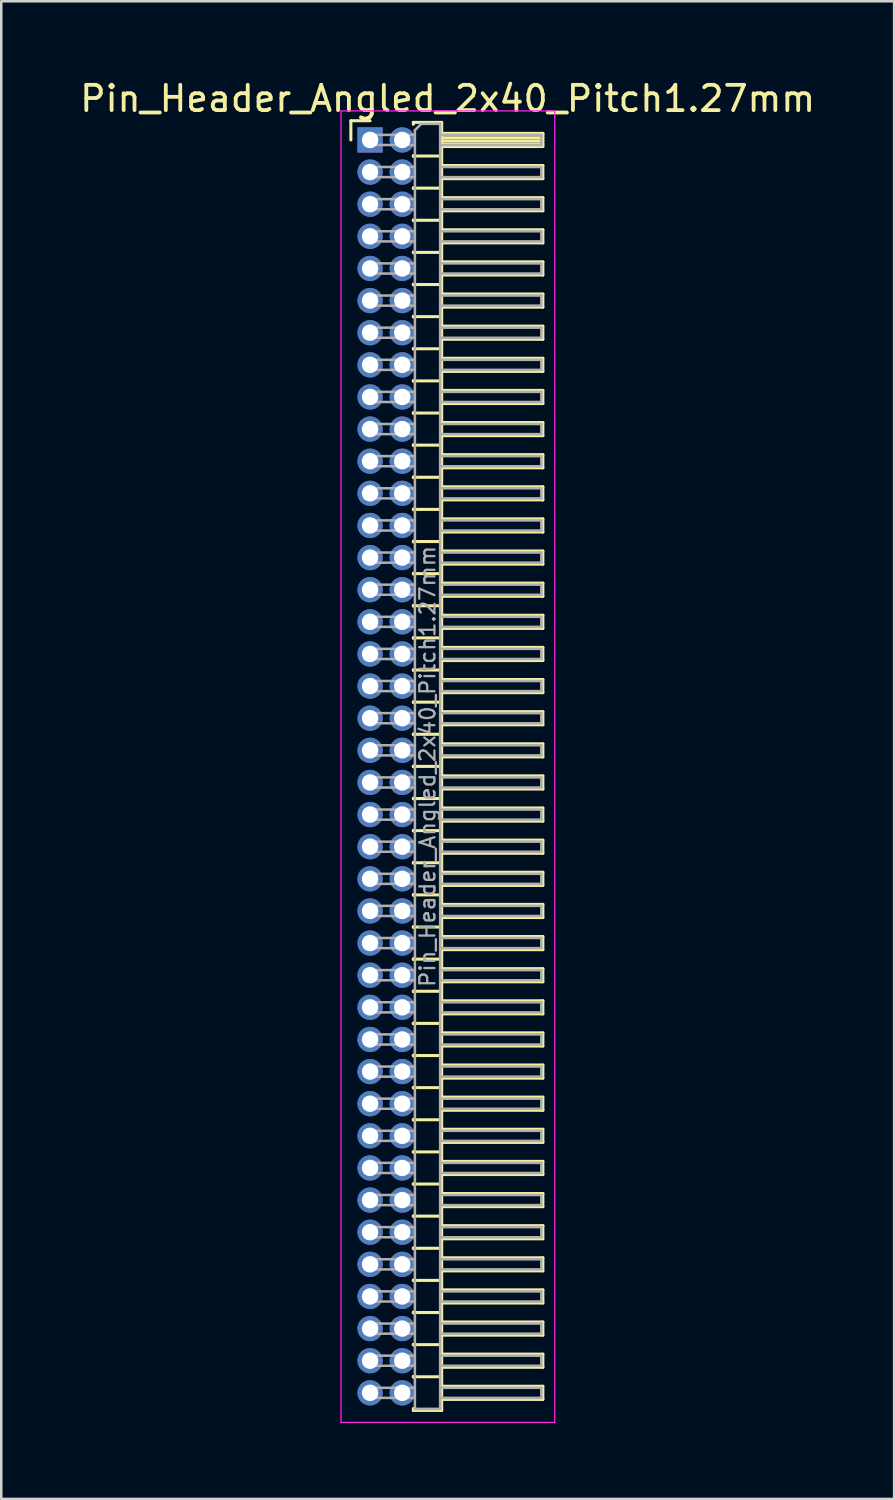
<source format=kicad_pcb>
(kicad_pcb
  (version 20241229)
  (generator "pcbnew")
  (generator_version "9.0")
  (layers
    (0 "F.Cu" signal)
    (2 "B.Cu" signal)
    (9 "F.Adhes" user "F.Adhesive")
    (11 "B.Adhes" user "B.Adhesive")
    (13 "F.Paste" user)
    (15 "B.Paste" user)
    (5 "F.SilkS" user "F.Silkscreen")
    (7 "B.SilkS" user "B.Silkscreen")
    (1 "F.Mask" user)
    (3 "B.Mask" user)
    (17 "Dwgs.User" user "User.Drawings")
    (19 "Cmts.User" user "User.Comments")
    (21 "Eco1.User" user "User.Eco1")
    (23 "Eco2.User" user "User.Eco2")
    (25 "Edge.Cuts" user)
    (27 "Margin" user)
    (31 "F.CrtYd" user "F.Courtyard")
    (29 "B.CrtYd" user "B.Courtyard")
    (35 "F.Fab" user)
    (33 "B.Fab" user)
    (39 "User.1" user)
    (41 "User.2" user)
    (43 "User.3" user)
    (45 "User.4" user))
  (footprint "Pin_Header_Angled_2x40_Pitch1.27mm"
    (layer "F.Cu")
    (at 11.581 2.483)
    (property "Reference" "Pin_Header_Angled_2x40_Pitch1.27mm" (at 3.067 -1.635 0) (layer "F.SilkS") (effects (font (size 1 1) (thickness 0.15))))
    (attr through_hole)
    (fp_line (start -0.76 -0.76) (end 0 -0.76) (stroke (width 0.12) (type solid)) (layer "F.SilkS"))
    (fp_line (start -0.76 0) (end -0.76 -0.76) (stroke (width 0.12) (type solid)) (layer "F.SilkS"))
    (fp_line (start 1.71 -0.695) (end 2.83 -0.695) (stroke (width 0.12) (type solid)) (layer "F.SilkS"))
    (fp_line (start 1.71 -0.62) (end 1.71 -0.695) (stroke (width 0.12) (type solid)) (layer "F.SilkS"))
    (fp_line (start 1.71 0.62) (end 1.71 0.65) (stroke (width 0.12) (type solid)) (layer "F.SilkS"))
    (fp_line (start 1.71 0.635) (end 2.83 0.635) (stroke (width 0.12) (type solid)) (layer "F.SilkS"))
    (fp_line (start 1.71 1.89) (end 1.71 1.92) (stroke (width 0.12) (type solid)) (layer "F.SilkS"))
    (fp_line (start 1.71 1.905) (end 2.83 1.905) (stroke (width 0.12) (type solid)) (layer "F.SilkS"))
    (fp_line (start 1.71 3.16) (end 1.71 3.19) (stroke (width 0.12) (type solid)) (layer "F.SilkS"))
    (fp_line (start 1.71 3.175) (end 2.83 3.175) (stroke (width 0.12) (type solid)) (layer "F.SilkS"))
    (fp_line (start 1.71 4.43) (end 1.71 4.46) (stroke (width 0.12) (type solid)) (layer "F.SilkS"))
    (fp_line (start 1.71 4.445) (end 2.83 4.445) (stroke (width 0.12) (type solid)) (layer "F.SilkS"))
    (fp_line (start 1.71 5.7) (end 1.71 5.73) (stroke (width 0.12) (type solid)) (layer "F.SilkS"))
    (fp_line (start 1.71 5.715) (end 2.83 5.715) (stroke (width 0.12) (type solid)) (layer "F.SilkS"))
    (fp_line (start 1.71 6.97) (end 1.71 7) (stroke (width 0.12) (type solid)) (layer "F.SilkS"))
    (fp_line (start 1.71 6.985) (end 2.83 6.985) (stroke (width 0.12) (type solid)) (layer "F.SilkS"))
    (fp_line (start 1.71 8.24) (end 1.71 8.27) (stroke (width 0.12) (type solid)) (layer "F.SilkS"))
    (fp_line (start 1.71 8.255) (end 2.83 8.255) (stroke (width 0.12) (type solid)) (layer "F.SilkS"))
    (fp_line (start 1.71 9.51) (end 1.71 9.54) (stroke (width 0.12) (type solid)) (layer "F.SilkS"))
    (fp_line (start 1.71 9.525) (end 2.83 9.525) (stroke (width 0.12) (type solid)) (layer "F.SilkS"))
    (fp_line (start 1.71 10.78) (end 1.71 10.81) (stroke (width 0.12) (type solid)) (layer "F.SilkS"))
    (fp_line (start 1.71 10.795) (end 2.83 10.795) (stroke (width 0.12) (type solid)) (layer "F.SilkS"))
    (fp_line (start 1.71 12.05) (end 1.71 12.08) (stroke (width 0.12) (type solid)) (layer "F.SilkS"))
    (fp_line (start 1.71 12.065) (end 2.83 12.065) (stroke (width 0.12) (type solid)) (layer "F.SilkS"))
    (fp_line (start 1.71 13.32) (end 1.71 13.35) (stroke (width 0.12) (type solid)) (layer "F.SilkS"))
    (fp_line (start 1.71 13.335) (end 2.83 13.335) (stroke (width 0.12) (type solid)) (layer "F.SilkS"))
    (fp_line (start 1.71 14.59) (end 1.71 14.62) (stroke (width 0.12) (type solid)) (layer "F.SilkS"))
    (fp_line (start 1.71 14.605) (end 2.83 14.605) (stroke (width 0.12) (type solid)) (layer "F.SilkS"))
    (fp_line (start 1.71 15.86) (end 1.71 15.89) (stroke (width 0.12) (type solid)) (layer "F.SilkS"))
    (fp_line (start 1.71 15.875) (end 2.83 15.875) (stroke (width 0.12) (type solid)) (layer "F.SilkS"))
    (fp_line (start 1.71 17.13) (end 1.71 17.16) (stroke (width 0.12) (type solid)) (layer "F.SilkS"))
    (fp_line (start 1.71 17.145) (end 2.83 17.145) (stroke (width 0.12) (type solid)) (layer "F.SilkS"))
    (fp_line (start 1.71 18.4) (end 1.71 18.43) (stroke (width 0.12) (type solid)) (layer "F.SilkS"))
    (fp_line (start 1.71 18.415) (end 2.83 18.415) (stroke (width 0.12) (type solid)) (layer "F.SilkS"))
    (fp_line (start 1.71 19.67) (end 1.71 19.7) (stroke (width 0.12) (type solid)) (layer "F.SilkS"))
    (fp_line (start 1.71 19.685) (end 2.83 19.685) (stroke (width 0.12) (type solid)) (layer "F.SilkS"))
    (fp_line (start 1.71 20.94) (end 1.71 20.97) (stroke (width 0.12) (type solid)) (layer "F.SilkS"))
    (fp_line (start 1.71 20.955) (end 2.83 20.955) (stroke (width 0.12) (type solid)) (layer "F.SilkS"))
    (fp_line (start 1.71 22.21) (end 1.71 22.24) (stroke (width 0.12) (type solid)) (layer "F.SilkS"))
    (fp_line (start 1.71 22.225) (end 2.83 22.225) (stroke (width 0.12) (type solid)) (layer "F.SilkS"))
    (fp_line (start 1.71 23.48) (end 1.71 23.51) (stroke (width 0.12) (type solid)) (layer "F.SilkS"))
    (fp_line (start 1.71 23.495) (end 2.83 23.495) (stroke (width 0.12) (type solid)) (layer "F.SilkS"))
    (fp_line (start 1.71 24.75) (end 1.71 24.78) (stroke (width 0.12) (type solid)) (layer "F.SilkS"))
    (fp_line (start 1.71 24.765) (end 2.83 24.765) (stroke (width 0.12) (type solid)) (layer "F.SilkS"))
    (fp_line (start 1.71 26.02) (end 1.71 26.05) (stroke (width 0.12) (type solid)) (layer "F.SilkS"))
    (fp_line (start 1.71 26.035) (end 2.83 26.035) (stroke (width 0.12) (type solid)) (layer "F.SilkS"))
    (fp_line (start 1.71 27.29) (end 1.71 27.32) (stroke (width 0.12) (type solid)) (layer "F.SilkS"))
    (fp_line (start 1.71 27.305) (end 2.83 27.305) (stroke (width 0.12) (type solid)) (layer "F.SilkS"))
    (fp_line (start 1.71 28.56) (end 1.71 28.59) (stroke (width 0.12) (type solid)) (layer "F.SilkS"))
    (fp_line (start 1.71 28.575) (end 2.83 28.575) (stroke (width 0.12) (type solid)) (layer "F.SilkS"))
    (fp_line (start 1.71 29.83) (end 1.71 29.86) (stroke (width 0.12) (type solid)) (layer "F.SilkS"))
    (fp_line (start 1.71 29.845) (end 2.83 29.845) (stroke (width 0.12) (type solid)) (layer "F.SilkS"))
    (fp_line (start 1.71 31.1) (end 1.71 31.13) (stroke (width 0.12) (type solid)) (layer "F.SilkS"))
    (fp_line (start 1.71 31.115) (end 2.83 31.115) (stroke (width 0.12) (type solid)) (layer "F.SilkS"))
    (fp_line (start 1.71 32.37) (end 1.71 32.4) (stroke (width 0.12) (type solid)) (layer "F.SilkS"))
    (fp_line (start 1.71 32.385) (end 2.83 32.385) (stroke (width 0.12) (type solid)) (layer "F.SilkS"))
    (fp_line (start 1.71 33.64) (end 1.71 33.67) (stroke (width 0.12) (type solid)) (layer "F.SilkS"))
    (fp_line (start 1.71 33.655) (end 2.83 33.655) (stroke (width 0.12) (type solid)) (layer "F.SilkS"))
    (fp_line (start 1.71 34.91) (end 1.71 34.94) (stroke (width 0.12) (type solid)) (layer "F.SilkS"))
    (fp_line (start 1.71 34.925) (end 2.83 34.925) (stroke (width 0.12) (type solid)) (layer "F.SilkS"))
    (fp_line (start 1.71 36.18) (end 1.71 36.21) (stroke (width 0.12) (type solid)) (layer "F.SilkS"))
    (fp_line (start 1.71 36.195) (end 2.83 36.195) (stroke (width 0.12) (type solid)) (layer "F.SilkS"))
    (fp_line (start 1.71 37.45) (end 1.71 37.48) (stroke (width 0.12) (type solid)) (layer "F.SilkS"))
    (fp_line (start 1.71 37.465) (end 2.83 37.465) (stroke (width 0.12) (type solid)) (layer "F.SilkS"))
    (fp_line (start 1.71 38.72) (end 1.71 38.75) (stroke (width 0.12) (type solid)) (layer "F.SilkS"))
    (fp_line (start 1.71 38.735) (end 2.83 38.735) (stroke (width 0.12) (type solid)) (layer "F.SilkS"))
    (fp_line (start 1.71 39.99) (end 1.71 40.02) (stroke (width 0.12) (type solid)) (layer "F.SilkS"))
    (fp_line (start 1.71 40.005) (end 2.83 40.005) (stroke (width 0.12) (type solid)) (layer "F.SilkS"))
    (fp_line (start 1.71 41.26) (end 1.71 41.29) (stroke (width 0.12) (type solid)) (layer "F.SilkS"))
    (fp_line (start 1.71 41.275) (end 2.83 41.275) (stroke (width 0.12) (type solid)) (layer "F.SilkS"))
    (fp_line (start 1.71 42.53) (end 1.71 42.56) (stroke (width 0.12) (type solid)) (layer "F.SilkS"))
    (fp_line (start 1.71 42.545) (end 2.83 42.545) (stroke (width 0.12) (type solid)) (layer "F.SilkS"))
    (fp_line (start 1.71 43.8) (end 1.71 43.83) (stroke (width 0.12) (type solid)) (layer "F.SilkS"))
    (fp_line (start 1.71 43.815) (end 2.83 43.815) (stroke (width 0.12) (type solid)) (layer "F.SilkS"))
    (fp_line (start 1.71 45.07) (end 1.71 45.1) (stroke (width 0.12) (type solid)) (layer "F.SilkS"))
    (fp_line (start 1.71 45.085) (end 2.83 45.085) (stroke (width 0.12) (type solid)) (layer "F.SilkS"))
    (fp_line (start 1.71 46.34) (end 1.71 46.37) (stroke (width 0.12) (type solid)) (layer "F.SilkS"))
    (fp_line (start 1.71 46.355) (end 2.83 46.355) (stroke (width 0.12) (type solid)) (layer "F.SilkS"))
    (fp_line (start 1.71 47.61) (end 1.71 47.64) (stroke (width 0.12) (type solid)) (layer "F.SilkS"))
    (fp_line (start 1.71 47.625) (end 2.83 47.625) (stroke (width 0.12) (type solid)) (layer "F.SilkS"))
    (fp_line (start 1.71 48.88) (end 1.71 48.91) (stroke (width 0.12) (type solid)) (layer "F.SilkS"))
    (fp_line (start 1.71 48.895) (end 2.83 48.895) (stroke (width 0.12) (type solid)) (layer "F.SilkS"))
    (fp_line (start 1.71 50.225) (end 1.71 50.15) (stroke (width 0.12) (type solid)) (layer "F.SilkS"))
    (fp_line (start 2.83 -0.695) (end 2.83 50.225) (stroke (width 0.12) (type solid)) (layer "F.SilkS"))
    (fp_line (start 2.83 -0.26) (end 6.83 -0.26) (stroke (width 0.12) (type solid)) (layer "F.SilkS"))
    (fp_line (start 2.83 -0.2) (end 6.83 -0.2) (stroke (width 0.12) (type solid)) (layer "F.SilkS"))
    (fp_line (start 2.83 -0.08) (end 6.83 -0.08) (stroke (width 0.12) (type solid)) (layer "F.SilkS"))
    (fp_line (start 2.83 0.04) (end 6.83 0.04) (stroke (width 0.12) (type solid)) (layer "F.SilkS"))
    (fp_line (start 2.83 0.16) (end 6.83 0.16) (stroke (width 0.12) (type solid)) (layer "F.SilkS"))
    (fp_line (start 2.83 1.01) (end 6.83 1.01) (stroke (width 0.12) (type solid)) (layer "F.SilkS"))
    (fp_line (start 2.83 2.28) (end 6.83 2.28) (stroke (width 0.12) (type solid)) (layer "F.SilkS"))
    (fp_line (start 2.83 3.55) (end 6.83 3.55) (stroke (width 0.12) (type solid)) (layer "F.SilkS"))
    (fp_line (start 2.83 4.82) (end 6.83 4.82) (stroke (width 0.12) (type solid)) (layer "F.SilkS"))
    (fp_line (start 2.83 6.09) (end 6.83 6.09) (stroke (width 0.12) (type solid)) (layer "F.SilkS"))
    (fp_line (start 2.83 7.36) (end 6.83 7.36) (stroke (width 0.12) (type solid)) (layer "F.SilkS"))
    (fp_line (start 2.83 8.63) (end 6.83 8.63) (stroke (width 0.12) (type solid)) (layer "F.SilkS"))
    (fp_line (start 2.83 9.9) (end 6.83 9.9) (stroke (width 0.12) (type solid)) (layer "F.SilkS"))
    (fp_line (start 2.83 11.17) (end 6.83 11.17) (stroke (width 0.12) (type solid)) (layer "F.SilkS"))
    (fp_line (start 2.83 12.44) (end 6.83 12.44) (stroke (width 0.12) (type solid)) (layer "F.SilkS"))
    (fp_line (start 2.83 13.71) (end 6.83 13.71) (stroke (width 0.12) (type solid)) (layer "F.SilkS"))
    (fp_line (start 2.83 14.98) (end 6.83 14.98) (stroke (width 0.12) (type solid)) (layer "F.SilkS"))
    (fp_line (start 2.83 16.25) (end 6.83 16.25) (stroke (width 0.12) (type solid)) (layer "F.SilkS"))
    (fp_line (start 2.83 17.52) (end 6.83 17.52) (stroke (width 0.12) (type solid)) (layer "F.SilkS"))
    (fp_line (start 2.83 18.79) (end 6.83 18.79) (stroke (width 0.12) (type solid)) (layer "F.SilkS"))
    (fp_line (start 2.83 20.06) (end 6.83 20.06) (stroke (width 0.12) (type solid)) (layer "F.SilkS"))
    (fp_line (start 2.83 21.33) (end 6.83 21.33) (stroke (width 0.12) (type solid)) (layer "F.SilkS"))
    (fp_line (start 2.83 22.6) (end 6.83 22.6) (stroke (width 0.12) (type solid)) (layer "F.SilkS"))
    (fp_line (start 2.83 23.87) (end 6.83 23.87) (stroke (width 0.12) (type solid)) (layer "F.SilkS"))
    (fp_line (start 2.83 25.14) (end 6.83 25.14) (stroke (width 0.12) (type solid)) (layer "F.SilkS"))
    (fp_line (start 2.83 26.41) (end 6.83 26.41) (stroke (width 0.12) (type solid)) (layer "F.SilkS"))
    (fp_line (start 2.83 27.68) (end 6.83 27.68) (stroke (width 0.12) (type solid)) (layer "F.SilkS"))
    (fp_line (start 2.83 28.95) (end 6.83 28.95) (stroke (width 0.12) (type solid)) (layer "F.SilkS"))
    (fp_line (start 2.83 30.22) (end 6.83 30.22) (stroke (width 0.12) (type solid)) (layer "F.SilkS"))
    (fp_line (start 2.83 31.49) (end 6.83 31.49) (stroke (width 0.12) (type solid)) (layer "F.SilkS"))
    (fp_line (start 2.83 32.76) (end 6.83 32.76) (stroke (width 0.12) (type solid)) (layer "F.SilkS"))
    (fp_line (start 2.83 34.03) (end 6.83 34.03) (stroke (width 0.12) (type solid)) (layer "F.SilkS"))
    (fp_line (start 2.83 35.3) (end 6.83 35.3) (stroke (width 0.12) (type solid)) (layer "F.SilkS"))
    (fp_line (start 2.83 36.57) (end 6.83 36.57) (stroke (width 0.12) (type solid)) (layer "F.SilkS"))
    (fp_line (start 2.83 37.84) (end 6.83 37.84) (stroke (width 0.12) (type solid)) (layer "F.SilkS"))
    (fp_line (start 2.83 39.11) (end 6.83 39.11) (stroke (width 0.12) (type solid)) (layer "F.SilkS"))
    (fp_line (start 2.83 40.38) (end 6.83 40.38) (stroke (width 0.12) (type solid)) (layer "F.SilkS"))
    (fp_line (start 2.83 41.65) (end 6.83 41.65) (stroke (width 0.12) (type solid)) (layer "F.SilkS"))
    (fp_line (start 2.83 42.92) (end 6.83 42.92) (stroke (width 0.12) (type solid)) (layer "F.SilkS"))
    (fp_line (start 2.83 44.19) (end 6.83 44.19) (stroke (width 0.12) (type solid)) (layer "F.SilkS"))
    (fp_line (start 2.83 45.46) (end 6.83 45.46) (stroke (width 0.12) (type solid)) (layer "F.SilkS"))
    (fp_line (start 2.83 46.73) (end 6.83 46.73) (stroke (width 0.12) (type solid)) (layer "F.SilkS"))
    (fp_line (start 2.83 48) (end 6.83 48) (stroke (width 0.12) (type solid)) (layer "F.SilkS"))
    (fp_line (start 2.83 49.27) (end 6.83 49.27) (stroke (width 0.12) (type solid)) (layer "F.SilkS"))
    (fp_line (start 2.83 50.225) (end 1.71 50.225) (stroke (width 0.12) (type solid)) (layer "F.SilkS"))
    (fp_line (start 6.83 -0.26) (end 6.83 0.26) (stroke (width 0.12) (type solid)) (layer "F.SilkS"))
    (fp_line (start 6.83 0.26) (end 2.83 0.26) (stroke (width 0.12) (type solid)) (layer "F.SilkS"))
    (fp_line (start 6.83 1.01) (end 6.83 1.53) (stroke (width 0.12) (type solid)) (layer "F.SilkS"))
    (fp_line (start 6.83 1.53) (end 2.83 1.53) (stroke (width 0.12) (type solid)) (layer "F.SilkS"))
    (fp_line (start 6.83 2.28) (end 6.83 2.8) (stroke (width 0.12) (type solid)) (layer "F.SilkS"))
    (fp_line (start 6.83 2.8) (end 2.83 2.8) (stroke (width 0.12) (type solid)) (layer "F.SilkS"))
    (fp_line (start 6.83 3.55) (end 6.83 4.07) (stroke (width 0.12) (type solid)) (layer "F.SilkS"))
    (fp_line (start 6.83 4.07) (end 2.83 4.07) (stroke (width 0.12) (type solid)) (layer "F.SilkS"))
    (fp_line (start 6.83 4.82) (end 6.83 5.34) (stroke (width 0.12) (type solid)) (layer "F.SilkS"))
    (fp_line (start 6.83 5.34) (end 2.83 5.34) (stroke (width 0.12) (type solid)) (layer "F.SilkS"))
    (fp_line (start 6.83 6.09) (end 6.83 6.61) (stroke (width 0.12) (type solid)) (layer "F.SilkS"))
    (fp_line (start 6.83 6.61) (end 2.83 6.61) (stroke (width 0.12) (type solid)) (layer "F.SilkS"))
    (fp_line (start 6.83 7.36) (end 6.83 7.88) (stroke (width 0.12) (type solid)) (layer "F.SilkS"))
    (fp_line (start 6.83 7.88) (end 2.83 7.88) (stroke (width 0.12) (type solid)) (layer "F.SilkS"))
    (fp_line (start 6.83 8.63) (end 6.83 9.15) (stroke (width 0.12) (type solid)) (layer "F.SilkS"))
    (fp_line (start 6.83 9.15) (end 2.83 9.15) (stroke (width 0.12) (type solid)) (layer "F.SilkS"))
    (fp_line (start 6.83 9.9) (end 6.83 10.42) (stroke (width 0.12) (type solid)) (layer "F.SilkS"))
    (fp_line (start 6.83 10.42) (end 2.83 10.42) (stroke (width 0.12) (type solid)) (layer "F.SilkS"))
    (fp_line (start 6.83 11.17) (end 6.83 11.69) (stroke (width 0.12) (type solid)) (layer "F.SilkS"))
    (fp_line (start 6.83 11.69) (end 2.83 11.69) (stroke (width 0.12) (type solid)) (layer "F.SilkS"))
    (fp_line (start 6.83 12.44) (end 6.83 12.96) (stroke (width 0.12) (type solid)) (layer "F.SilkS"))
    (fp_line (start 6.83 12.96) (end 2.83 12.96) (stroke (width 0.12) (type solid)) (layer "F.SilkS"))
    (fp_line (start 6.83 13.71) (end 6.83 14.23) (stroke (width 0.12) (type solid)) (layer "F.SilkS"))
    (fp_line (start 6.83 14.23) (end 2.83 14.23) (stroke (width 0.12) (type solid)) (layer "F.SilkS"))
    (fp_line (start 6.83 14.98) (end 6.83 15.5) (stroke (width 0.12) (type solid)) (layer "F.SilkS"))
    (fp_line (start 6.83 15.5) (end 2.83 15.5) (stroke (width 0.12) (type solid)) (layer "F.SilkS"))
    (fp_line (start 6.83 16.25) (end 6.83 16.77) (stroke (width 0.12) (type solid)) (layer "F.SilkS"))
    (fp_line (start 6.83 16.77) (end 2.83 16.77) (stroke (width 0.12) (type solid)) (layer "F.SilkS"))
    (fp_line (start 6.83 17.52) (end 6.83 18.04) (stroke (width 0.12) (type solid)) (layer "F.SilkS"))
    (fp_line (start 6.83 18.04) (end 2.83 18.04) (stroke (width 0.12) (type solid)) (layer "F.SilkS"))
    (fp_line (start 6.83 18.79) (end 6.83 19.31) (stroke (width 0.12) (type solid)) (layer "F.SilkS"))
    (fp_line (start 6.83 19.31) (end 2.83 19.31) (stroke (width 0.12) (type solid)) (layer "F.SilkS"))
    (fp_line (start 6.83 20.06) (end 6.83 20.58) (stroke (width 0.12) (type solid)) (layer "F.SilkS"))
    (fp_line (start 6.83 20.58) (end 2.83 20.58) (stroke (width 0.12) (type solid)) (layer "F.SilkS"))
    (fp_line (start 6.83 21.33) (end 6.83 21.85) (stroke (width 0.12) (type solid)) (layer "F.SilkS"))
    (fp_line (start 6.83 21.85) (end 2.83 21.85) (stroke (width 0.12) (type solid)) (layer "F.SilkS"))
    (fp_line (start 6.83 22.6) (end 6.83 23.12) (stroke (width 0.12) (type solid)) (layer "F.SilkS"))
    (fp_line (start 6.83 23.12) (end 2.83 23.12) (stroke (width 0.12) (type solid)) (layer "F.SilkS"))
    (fp_line (start 6.83 23.87) (end 6.83 24.39) (stroke (width 0.12) (type solid)) (layer "F.SilkS"))
    (fp_line (start 6.83 24.39) (end 2.83 24.39) (stroke (width 0.12) (type solid)) (layer "F.SilkS"))
    (fp_line (start 6.83 25.14) (end 6.83 25.66) (stroke (width 0.12) (type solid)) (layer "F.SilkS"))
    (fp_line (start 6.83 25.66) (end 2.83 25.66) (stroke (width 0.12) (type solid)) (layer "F.SilkS"))
    (fp_line (start 6.83 26.41) (end 6.83 26.93) (stroke (width 0.12) (type solid)) (layer "F.SilkS"))
    (fp_line (start 6.83 26.93) (end 2.83 26.93) (stroke (width 0.12) (type solid)) (layer "F.SilkS"))
    (fp_line (start 6.83 27.68) (end 6.83 28.2) (stroke (width 0.12) (type solid)) (layer "F.SilkS"))
    (fp_line (start 6.83 28.2) (end 2.83 28.2) (stroke (width 0.12) (type solid)) (layer "F.SilkS"))
    (fp_line (start 6.83 28.95) (end 6.83 29.47) (stroke (width 0.12) (type solid)) (layer "F.SilkS"))
    (fp_line (start 6.83 29.47) (end 2.83 29.47) (stroke (width 0.12) (type solid)) (layer "F.SilkS"))
    (fp_line (start 6.83 30.22) (end 6.83 30.74) (stroke (width 0.12) (type solid)) (layer "F.SilkS"))
    (fp_line (start 6.83 30.74) (end 2.83 30.74) (stroke (width 0.12) (type solid)) (layer "F.SilkS"))
    (fp_line (start 6.83 31.49) (end 6.83 32.01) (stroke (width 0.12) (type solid)) (layer "F.SilkS"))
    (fp_line (start 6.83 32.01) (end 2.83 32.01) (stroke (width 0.12) (type solid)) (layer "F.SilkS"))
    (fp_line (start 6.83 32.76) (end 6.83 33.28) (stroke (width 0.12) (type solid)) (layer "F.SilkS"))
    (fp_line (start 6.83 33.28) (end 2.83 33.28) (stroke (width 0.12) (type solid)) (layer "F.SilkS"))
    (fp_line (start 6.83 34.03) (end 6.83 34.55) (stroke (width 0.12) (type solid)) (layer "F.SilkS"))
    (fp_line (start 6.83 34.55) (end 2.83 34.55) (stroke (width 0.12) (type solid)) (layer "F.SilkS"))
    (fp_line (start 6.83 35.3) (end 6.83 35.82) (stroke (width 0.12) (type solid)) (layer "F.SilkS"))
    (fp_line (start 6.83 35.82) (end 2.83 35.82) (stroke (width 0.12) (type solid)) (layer "F.SilkS"))
    (fp_line (start 6.83 36.57) (end 6.83 37.09) (stroke (width 0.12) (type solid)) (layer "F.SilkS"))
    (fp_line (start 6.83 37.09) (end 2.83 37.09) (stroke (width 0.12) (type solid)) (layer "F.SilkS"))
    (fp_line (start 6.83 37.84) (end 6.83 38.36) (stroke (width 0.12) (type solid)) (layer "F.SilkS"))
    (fp_line (start 6.83 38.36) (end 2.83 38.36) (stroke (width 0.12) (type solid)) (layer "F.SilkS"))
    (fp_line (start 6.83 39.11) (end 6.83 39.63) (stroke (width 0.12) (type solid)) (layer "F.SilkS"))
    (fp_line (start 6.83 39.63) (end 2.83 39.63) (stroke (width 0.12) (type solid)) (layer "F.SilkS"))
    (fp_line (start 6.83 40.38) (end 6.83 40.9) (stroke (width 0.12) (type solid)) (layer "F.SilkS"))
    (fp_line (start 6.83 40.9) (end 2.83 40.9) (stroke (width 0.12) (type solid)) (layer "F.SilkS"))
    (fp_line (start 6.83 41.65) (end 6.83 42.17) (stroke (width 0.12) (type solid)) (layer "F.SilkS"))
    (fp_line (start 6.83 42.17) (end 2.83 42.17) (stroke (width 0.12) (type solid)) (layer "F.SilkS"))
    (fp_line (start 6.83 42.92) (end 6.83 43.44) (stroke (width 0.12) (type solid)) (layer "F.SilkS"))
    (fp_line (start 6.83 43.44) (end 2.83 43.44) (stroke (width 0.12) (type solid)) (layer "F.SilkS"))
    (fp_line (start 6.83 44.19) (end 6.83 44.71) (stroke (width 0.12) (type solid)) (layer "F.SilkS"))
    (fp_line (start 6.83 44.71) (end 2.83 44.71) (stroke (width 0.12) (type solid)) (layer "F.SilkS"))
    (fp_line (start 6.83 45.46) (end 6.83 45.98) (stroke (width 0.12) (type solid)) (layer "F.SilkS"))
    (fp_line (start 6.83 45.98) (end 2.83 45.98) (stroke (width 0.12) (type solid)) (layer "F.SilkS"))
    (fp_line (start 6.83 46.73) (end 6.83 47.25) (stroke (width 0.12) (type solid)) (layer "F.SilkS"))
    (fp_line (start 6.83 47.25) (end 2.83 47.25) (stroke (width 0.12) (type solid)) (layer "F.SilkS"))
    (fp_line (start 6.83 48) (end 6.83 48.52) (stroke (width 0.12) (type solid)) (layer "F.SilkS"))
    (fp_line (start 6.83 48.52) (end 2.83 48.52) (stroke (width 0.12) (type solid)) (layer "F.SilkS"))
    (fp_line (start 6.83 49.27) (end 6.83 49.79) (stroke (width 0.12) (type solid)) (layer "F.SilkS"))
    (fp_line (start 6.83 49.79) (end 2.83 49.79) (stroke (width 0.12) (type solid)) (layer "F.SilkS"))
    (fp_line (start -1.15 -1.15) (end -1.15 50.7) (stroke (width 0.05) (type solid)) (layer "F.CrtYd"))
    (fp_line (start -1.15 50.7) (end 7.3 50.7) (stroke (width 0.05) (type solid)) (layer "F.CrtYd"))
    (fp_line (start 7.3 -1.15) (end -1.15 -1.15) (stroke (width 0.05) (type solid)) (layer "F.CrtYd"))
    (fp_line (start 7.3 50.7) (end 7.3 -1.15) (stroke (width 0.05) (type solid)) (layer "F.CrtYd"))
    (fp_line (start -0.2 -0.2) (end -0.2 0.2) (stroke (width 0.1) (type solid)) (layer "F.Fab"))
    (fp_line (start -0.2 -0.2) (end 1.77 -0.2) (stroke (width 0.1) (type solid)) (layer "F.Fab"))
    (fp_line (start -0.2 0.2) (end 1.77 0.2) (stroke (width 0.1) (type solid)) (layer "F.Fab"))
    (fp_line (start -0.2 1.07) (end -0.2 1.47) (stroke (width 0.1) (type solid)) (layer "F.Fab"))
    (fp_line (start -0.2 1.07) (end 1.77 1.07) (stroke (width 0.1) (type solid)) (layer "F.Fab"))
    (fp_line (start -0.2 1.47) (end 1.77 1.47) (stroke (width 0.1) (type solid)) (layer "F.Fab"))
    (fp_line (start -0.2 2.34) (end -0.2 2.74) (stroke (width 0.1) (type solid)) (layer "F.Fab"))
    (fp_line (start -0.2 2.34) (end 1.77 2.34) (stroke (width 0.1) (type solid)) (layer "F.Fab"))
    (fp_line (start -0.2 2.74) (end 1.77 2.74) (stroke (width 0.1) (type solid)) (layer "F.Fab"))
    (fp_line (start -0.2 3.61) (end -0.2 4.01) (stroke (width 0.1) (type solid)) (layer "F.Fab"))
    (fp_line (start -0.2 3.61) (end 1.77 3.61) (stroke (width 0.1) (type solid)) (layer "F.Fab"))
    (fp_line (start -0.2 4.01) (end 1.77 4.01) (stroke (width 0.1) (type solid)) (layer "F.Fab"))
    (fp_line (start -0.2 4.88) (end -0.2 5.28) (stroke (width 0.1) (type solid)) (layer "F.Fab"))
    (fp_line (start -0.2 4.88) (end 1.77 4.88) (stroke (width 0.1) (type solid)) (layer "F.Fab"))
    (fp_line (start -0.2 5.28) (end 1.77 5.28) (stroke (width 0.1) (type solid)) (layer "F.Fab"))
    (fp_line (start -0.2 6.15) (end -0.2 6.55) (stroke (width 0.1) (type solid)) (layer "F.Fab"))
    (fp_line (start -0.2 6.15) (end 1.77 6.15) (stroke (width 0.1) (type solid)) (layer "F.Fab"))
    (fp_line (start -0.2 6.55) (end 1.77 6.55) (stroke (width 0.1) (type solid)) (layer "F.Fab"))
    (fp_line (start -0.2 7.42) (end -0.2 7.82) (stroke (width 0.1) (type solid)) (layer "F.Fab"))
    (fp_line (start -0.2 7.42) (end 1.77 7.42) (stroke (width 0.1) (type solid)) (layer "F.Fab"))
    (fp_line (start -0.2 7.82) (end 1.77 7.82) (stroke (width 0.1) (type solid)) (layer "F.Fab"))
    (fp_line (start -0.2 8.69) (end -0.2 9.09) (stroke (width 0.1) (type solid)) (layer "F.Fab"))
    (fp_line (start -0.2 8.69) (end 1.77 8.69) (stroke (width 0.1) (type solid)) (layer "F.Fab"))
    (fp_line (start -0.2 9.09) (end 1.77 9.09) (stroke (width 0.1) (type solid)) (layer "F.Fab"))
    (fp_line (start -0.2 9.96) (end -0.2 10.36) (stroke (width 0.1) (type solid)) (layer "F.Fab"))
    (fp_line (start -0.2 9.96) (end 1.77 9.96) (stroke (width 0.1) (type solid)) (layer "F.Fab"))
    (fp_line (start -0.2 10.36) (end 1.77 10.36) (stroke (width 0.1) (type solid)) (layer "F.Fab"))
    (fp_line (start -0.2 11.23) (end -0.2 11.63) (stroke (width 0.1) (type solid)) (layer "F.Fab"))
    (fp_line (start -0.2 11.23) (end 1.77 11.23) (stroke (width 0.1) (type solid)) (layer "F.Fab"))
    (fp_line (start -0.2 11.63) (end 1.77 11.63) (stroke (width 0.1) (type solid)) (layer "F.Fab"))
    (fp_line (start -0.2 12.5) (end -0.2 12.9) (stroke (width 0.1) (type solid)) (layer "F.Fab"))
    (fp_line (start -0.2 12.5) (end 1.77 12.5) (stroke (width 0.1) (type solid)) (layer "F.Fab"))
    (fp_line (start -0.2 12.9) (end 1.77 12.9) (stroke (width 0.1) (type solid)) (layer "F.Fab"))
    (fp_line (start -0.2 13.77) (end -0.2 14.17) (stroke (width 0.1) (type solid)) (layer "F.Fab"))
    (fp_line (start -0.2 13.77) (end 1.77 13.77) (stroke (width 0.1) (type solid)) (layer "F.Fab"))
    (fp_line (start -0.2 14.17) (end 1.77 14.17) (stroke (width 0.1) (type solid)) (layer "F.Fab"))
    (fp_line (start -0.2 15.04) (end -0.2 15.44) (stroke (width 0.1) (type solid)) (layer "F.Fab"))
    (fp_line (start -0.2 15.04) (end 1.77 15.04) (stroke (width 0.1) (type solid)) (layer "F.Fab"))
    (fp_line (start -0.2 15.44) (end 1.77 15.44) (stroke (width 0.1) (type solid)) (layer "F.Fab"))
    (fp_line (start -0.2 16.31) (end -0.2 16.71) (stroke (width 0.1) (type solid)) (layer "F.Fab"))
    (fp_line (start -0.2 16.31) (end 1.77 16.31) (stroke (width 0.1) (type solid)) (layer "F.Fab"))
    (fp_line (start -0.2 16.71) (end 1.77 16.71) (stroke (width 0.1) (type solid)) (layer "F.Fab"))
    (fp_line (start -0.2 17.58) (end -0.2 17.98) (stroke (width 0.1) (type solid)) (layer "F.Fab"))
    (fp_line (start -0.2 17.58) (end 1.77 17.58) (stroke (width 0.1) (type solid)) (layer "F.Fab"))
    (fp_line (start -0.2 17.98) (end 1.77 17.98) (stroke (width 0.1) (type solid)) (layer "F.Fab"))
    (fp_line (start -0.2 18.85) (end -0.2 19.25) (stroke (width 0.1) (type solid)) (layer "F.Fab"))
    (fp_line (start -0.2 18.85) (end 1.77 18.85) (stroke (width 0.1) (type solid)) (layer "F.Fab"))
    (fp_line (start -0.2 19.25) (end 1.77 19.25) (stroke (width 0.1) (type solid)) (layer "F.Fab"))
    (fp_line (start -0.2 20.12) (end -0.2 20.52) (stroke (width 0.1) (type solid)) (layer "F.Fab"))
    (fp_line (start -0.2 20.12) (end 1.77 20.12) (stroke (width 0.1) (type solid)) (layer "F.Fab"))
    (fp_line (start -0.2 20.52) (end 1.77 20.52) (stroke (width 0.1) (type solid)) (layer "F.Fab"))
    (fp_line (start -0.2 21.39) (end -0.2 21.79) (stroke (width 0.1) (type solid)) (layer "F.Fab"))
    (fp_line (start -0.2 21.39) (end 1.77 21.39) (stroke (width 0.1) (type solid)) (layer "F.Fab"))
    (fp_line (start -0.2 21.79) (end 1.77 21.79) (stroke (width 0.1) (type solid)) (layer "F.Fab"))
    (fp_line (start -0.2 22.66) (end -0.2 23.06) (stroke (width 0.1) (type solid)) (layer "F.Fab"))
    (fp_line (start -0.2 22.66) (end 1.77 22.66) (stroke (width 0.1) (type solid)) (layer "F.Fab"))
    (fp_line (start -0.2 23.06) (end 1.77 23.06) (stroke (width 0.1) (type solid)) (layer "F.Fab"))
    (fp_line (start -0.2 23.93) (end -0.2 24.33) (stroke (width 0.1) (type solid)) (layer "F.Fab"))
    (fp_line (start -0.2 23.93) (end 1.77 23.93) (stroke (width 0.1) (type solid)) (layer "F.Fab"))
    (fp_line (start -0.2 24.33) (end 1.77 24.33) (stroke (width 0.1) (type solid)) (layer "F.Fab"))
    (fp_line (start -0.2 25.2) (end -0.2 25.6) (stroke (width 0.1) (type solid)) (layer "F.Fab"))
    (fp_line (start -0.2 25.2) (end 1.77 25.2) (stroke (width 0.1) (type solid)) (layer "F.Fab"))
    (fp_line (start -0.2 25.6) (end 1.77 25.6) (stroke (width 0.1) (type solid)) (layer "F.Fab"))
    (fp_line (start -0.2 26.47) (end -0.2 26.87) (stroke (width 0.1) (type solid)) (layer "F.Fab"))
    (fp_line (start -0.2 26.47) (end 1.77 26.47) (stroke (width 0.1) (type solid)) (layer "F.Fab"))
    (fp_line (start -0.2 26.87) (end 1.77 26.87) (stroke (width 0.1) (type solid)) (layer "F.Fab"))
    (fp_line (start -0.2 27.74) (end -0.2 28.14) (stroke (width 0.1) (type solid)) (layer "F.Fab"))
    (fp_line (start -0.2 27.74) (end 1.77 27.74) (stroke (width 0.1) (type solid)) (layer "F.Fab"))
    (fp_line (start -0.2 28.14) (end 1.77 28.14) (stroke (width 0.1) (type solid)) (layer "F.Fab"))
    (fp_line (start -0.2 29.01) (end -0.2 29.41) (stroke (width 0.1) (type solid)) (layer "F.Fab"))
    (fp_line (start -0.2 29.01) (end 1.77 29.01) (stroke (width 0.1) (type solid)) (layer "F.Fab"))
    (fp_line (start -0.2 29.41) (end 1.77 29.41) (stroke (width 0.1) (type solid)) (layer "F.Fab"))
    (fp_line (start -0.2 30.28) (end -0.2 30.68) (stroke (width 0.1) (type solid)) (layer "F.Fab"))
    (fp_line (start -0.2 30.28) (end 1.77 30.28) (stroke (width 0.1) (type solid)) (layer "F.Fab"))
    (fp_line (start -0.2 30.68) (end 1.77 30.68) (stroke (width 0.1) (type solid)) (layer "F.Fab"))
    (fp_line (start -0.2 31.55) (end -0.2 31.95) (stroke (width 0.1) (type solid)) (layer "F.Fab"))
    (fp_line (start -0.2 31.55) (end 1.77 31.55) (stroke (width 0.1) (type solid)) (layer "F.Fab"))
    (fp_line (start -0.2 31.95) (end 1.77 31.95) (stroke (width 0.1) (type solid)) (layer "F.Fab"))
    (fp_line (start -0.2 32.82) (end -0.2 33.22) (stroke (width 0.1) (type solid)) (layer "F.Fab"))
    (fp_line (start -0.2 32.82) (end 1.77 32.82) (stroke (width 0.1) (type solid)) (layer "F.Fab"))
    (fp_line (start -0.2 33.22) (end 1.77 33.22) (stroke (width 0.1) (type solid)) (layer "F.Fab"))
    (fp_line (start -0.2 34.09) (end -0.2 34.49) (stroke (width 0.1) (type solid)) (layer "F.Fab"))
    (fp_line (start -0.2 34.09) (end 1.77 34.09) (stroke (width 0.1) (type solid)) (layer "F.Fab"))
    (fp_line (start -0.2 34.49) (end 1.77 34.49) (stroke (width 0.1) (type solid)) (layer "F.Fab"))
    (fp_line (start -0.2 35.36) (end -0.2 35.76) (stroke (width 0.1) (type solid)) (layer "F.Fab"))
    (fp_line (start -0.2 35.36) (end 1.77 35.36) (stroke (width 0.1) (type solid)) (layer "F.Fab"))
    (fp_line (start -0.2 35.76) (end 1.77 35.76) (stroke (width 0.1) (type solid)) (layer "F.Fab"))
    (fp_line (start -0.2 36.63) (end -0.2 37.03) (stroke (width 0.1) (type solid)) (layer "F.Fab"))
    (fp_line (start -0.2 36.63) (end 1.77 36.63) (stroke (width 0.1) (type solid)) (layer "F.Fab"))
    (fp_line (start -0.2 37.03) (end 1.77 37.03) (stroke (width 0.1) (type solid)) (layer "F.Fab"))
    (fp_line (start -0.2 37.9) (end -0.2 38.3) (stroke (width 0.1) (type solid)) (layer "F.Fab"))
    (fp_line (start -0.2 37.9) (end 1.77 37.9) (stroke (width 0.1) (type solid)) (layer "F.Fab"))
    (fp_line (start -0.2 38.3) (end 1.77 38.3) (stroke (width 0.1) (type solid)) (layer "F.Fab"))
    (fp_line (start -0.2 39.17) (end -0.2 39.57) (stroke (width 0.1) (type solid)) (layer "F.Fab"))
    (fp_line (start -0.2 39.17) (end 1.77 39.17) (stroke (width 0.1) (type solid)) (layer "F.Fab"))
    (fp_line (start -0.2 39.57) (end 1.77 39.57) (stroke (width 0.1) (type solid)) (layer "F.Fab"))
    (fp_line (start -0.2 40.44) (end -0.2 40.84) (stroke (width 0.1) (type solid)) (layer "F.Fab"))
    (fp_line (start -0.2 40.44) (end 1.77 40.44) (stroke (width 0.1) (type solid)) (layer "F.Fab"))
    (fp_line (start -0.2 40.84) (end 1.77 40.84) (stroke (width 0.1) (type solid)) (layer "F.Fab"))
    (fp_line (start -0.2 41.71) (end -0.2 42.11) (stroke (width 0.1) (type solid)) (layer "F.Fab"))
    (fp_line (start -0.2 41.71) (end 1.77 41.71) (stroke (width 0.1) (type solid)) (layer "F.Fab"))
    (fp_line (start -0.2 42.11) (end 1.77 42.11) (stroke (width 0.1) (type solid)) (layer "F.Fab"))
    (fp_line (start -0.2 42.98) (end -0.2 43.38) (stroke (width 0.1) (type solid)) (layer "F.Fab"))
    (fp_line (start -0.2 42.98) (end 1.77 42.98) (stroke (width 0.1) (type solid)) (layer "F.Fab"))
    (fp_line (start -0.2 43.38) (end 1.77 43.38) (stroke (width 0.1) (type solid)) (layer "F.Fab"))
    (fp_line (start -0.2 44.25) (end -0.2 44.65) (stroke (width 0.1) (type solid)) (layer "F.Fab"))
    (fp_line (start -0.2 44.25) (end 1.77 44.25) (stroke (width 0.1) (type solid)) (layer "F.Fab"))
    (fp_line (start -0.2 44.65) (end 1.77 44.65) (stroke (width 0.1) (type solid)) (layer "F.Fab"))
    (fp_line (start -0.2 45.52) (end -0.2 45.92) (stroke (width 0.1) (type solid)) (layer "F.Fab"))
    (fp_line (start -0.2 45.52) (end 1.77 45.52) (stroke (width 0.1) (type solid)) (layer "F.Fab"))
    (fp_line (start -0.2 45.92) (end 1.77 45.92) (stroke (width 0.1) (type solid)) (layer "F.Fab"))
    (fp_line (start -0.2 46.79) (end -0.2 47.19) (stroke (width 0.1) (type solid)) (layer "F.Fab"))
    (fp_line (start -0.2 46.79) (end 1.77 46.79) (stroke (width 0.1) (type solid)) (layer "F.Fab"))
    (fp_line (start -0.2 47.19) (end 1.77 47.19) (stroke (width 0.1) (type solid)) (layer "F.Fab"))
    (fp_line (start -0.2 48.06) (end -0.2 48.46) (stroke (width 0.1) (type solid)) (layer "F.Fab"))
    (fp_line (start -0.2 48.06) (end 1.77 48.06) (stroke (width 0.1) (type solid)) (layer "F.Fab"))
    (fp_line (start -0.2 48.46) (end 1.77 48.46) (stroke (width 0.1) (type solid)) (layer "F.Fab"))
    (fp_line (start -0.2 49.33) (end -0.2 49.73) (stroke (width 0.1) (type solid)) (layer "F.Fab"))
    (fp_line (start -0.2 49.33) (end 1.77 49.33) (stroke (width 0.1) (type solid)) (layer "F.Fab"))
    (fp_line (start -0.2 49.73) (end 1.77 49.73) (stroke (width 0.1) (type solid)) (layer "F.Fab"))
    (fp_line (start 1.77 -0.385) (end 2.02 -0.635) (stroke (width 0.1) (type solid)) (layer "F.Fab"))
    (fp_line (start 1.77 50.165) (end 1.77 -0.385) (stroke (width 0.1) (type solid)) (layer "F.Fab"))
    (fp_line (start 2.02 -0.635) (end 2.77 -0.635) (stroke (width 0.1) (type solid)) (layer "F.Fab"))
    (fp_line (start 2.77 -0.635) (end 2.77 50.165) (stroke (width 0.1) (type solid)) (layer "F.Fab"))
    (fp_line (start 2.77 -0.2) (end 6.77 -0.2) (stroke (width 0.1) (type solid)) (layer "F.Fab"))
    (fp_line (start 2.77 0.2) (end 6.77 0.2) (stroke (width 0.1) (type solid)) (layer "F.Fab"))
    (fp_line (start 2.77 1.07) (end 6.77 1.07) (stroke (width 0.1) (type solid)) (layer "F.Fab"))
    (fp_line (start 2.77 1.47) (end 6.77 1.47) (stroke (width 0.1) (type solid)) (layer "F.Fab"))
    (fp_line (start 2.77 2.34) (end 6.77 2.34) (stroke (width 0.1) (type solid)) (layer "F.Fab"))
    (fp_line (start 2.77 2.74) (end 6.77 2.74) (stroke (width 0.1) (type solid)) (layer "F.Fab"))
    (fp_line (start 2.77 3.61) (end 6.77 3.61) (stroke (width 0.1) (type solid)) (layer "F.Fab"))
    (fp_line (start 2.77 4.01) (end 6.77 4.01) (stroke (width 0.1) (type solid)) (layer "F.Fab"))
    (fp_line (start 2.77 4.88) (end 6.77 4.88) (stroke (width 0.1) (type solid)) (layer "F.Fab"))
    (fp_line (start 2.77 5.28) (end 6.77 5.28) (stroke (width 0.1) (type solid)) (layer "F.Fab"))
    (fp_line (start 2.77 6.15) (end 6.77 6.15) (stroke (width 0.1) (type solid)) (layer "F.Fab"))
    (fp_line (start 2.77 6.55) (end 6.77 6.55) (stroke (width 0.1) (type solid)) (layer "F.Fab"))
    (fp_line (start 2.77 7.42) (end 6.77 7.42) (stroke (width 0.1) (type solid)) (layer "F.Fab"))
    (fp_line (start 2.77 7.82) (end 6.77 7.82) (stroke (width 0.1) (type solid)) (layer "F.Fab"))
    (fp_line (start 2.77 8.69) (end 6.77 8.69) (stroke (width 0.1) (type solid)) (layer "F.Fab"))
    (fp_line (start 2.77 9.09) (end 6.77 9.09) (stroke (width 0.1) (type solid)) (layer "F.Fab"))
    (fp_line (start 2.77 9.96) (end 6.77 9.96) (stroke (width 0.1) (type solid)) (layer "F.Fab"))
    (fp_line (start 2.77 10.36) (end 6.77 10.36) (stroke (width 0.1) (type solid)) (layer "F.Fab"))
    (fp_line (start 2.77 11.23) (end 6.77 11.23) (stroke (width 0.1) (type solid)) (layer "F.Fab"))
    (fp_line (start 2.77 11.63) (end 6.77 11.63) (stroke (width 0.1) (type solid)) (layer "F.Fab"))
    (fp_line (start 2.77 12.5) (end 6.77 12.5) (stroke (width 0.1) (type solid)) (layer "F.Fab"))
    (fp_line (start 2.77 12.9) (end 6.77 12.9) (stroke (width 0.1) (type solid)) (layer "F.Fab"))
    (fp_line (start 2.77 13.77) (end 6.77 13.77) (stroke (width 0.1) (type solid)) (layer "F.Fab"))
    (fp_line (start 2.77 14.17) (end 6.77 14.17) (stroke (width 0.1) (type solid)) (layer "F.Fab"))
    (fp_line (start 2.77 15.04) (end 6.77 15.04) (stroke (width 0.1) (type solid)) (layer "F.Fab"))
    (fp_line (start 2.77 15.44) (end 6.77 15.44) (stroke (width 0.1) (type solid)) (layer "F.Fab"))
    (fp_line (start 2.77 16.31) (end 6.77 16.31) (stroke (width 0.1) (type solid)) (layer "F.Fab"))
    (fp_line (start 2.77 16.71) (end 6.77 16.71) (stroke (width 0.1) (type solid)) (layer "F.Fab"))
    (fp_line (start 2.77 17.58) (end 6.77 17.58) (stroke (width 0.1) (type solid)) (layer "F.Fab"))
    (fp_line (start 2.77 17.98) (end 6.77 17.98) (stroke (width 0.1) (type solid)) (layer "F.Fab"))
    (fp_line (start 2.77 18.85) (end 6.77 18.85) (stroke (width 0.1) (type solid)) (layer "F.Fab"))
    (fp_line (start 2.77 19.25) (end 6.77 19.25) (stroke (width 0.1) (type solid)) (layer "F.Fab"))
    (fp_line (start 2.77 20.12) (end 6.77 20.12) (stroke (width 0.1) (type solid)) (layer "F.Fab"))
    (fp_line (start 2.77 20.52) (end 6.77 20.52) (stroke (width 0.1) (type solid)) (layer "F.Fab"))
    (fp_line (start 2.77 21.39) (end 6.77 21.39) (stroke (width 0.1) (type solid)) (layer "F.Fab"))
    (fp_line (start 2.77 21.79) (end 6.77 21.79) (stroke (width 0.1) (type solid)) (layer "F.Fab"))
    (fp_line (start 2.77 22.66) (end 6.77 22.66) (stroke (width 0.1) (type solid)) (layer "F.Fab"))
    (fp_line (start 2.77 23.06) (end 6.77 23.06) (stroke (width 0.1) (type solid)) (layer "F.Fab"))
    (fp_line (start 2.77 23.93) (end 6.77 23.93) (stroke (width 0.1) (type solid)) (layer "F.Fab"))
    (fp_line (start 2.77 24.33) (end 6.77 24.33) (stroke (width 0.1) (type solid)) (layer "F.Fab"))
    (fp_line (start 2.77 25.2) (end 6.77 25.2) (stroke (width 0.1) (type solid)) (layer "F.Fab"))
    (fp_line (start 2.77 25.6) (end 6.77 25.6) (stroke (width 0.1) (type solid)) (layer "F.Fab"))
    (fp_line (start 2.77 26.47) (end 6.77 26.47) (stroke (width 0.1) (type solid)) (layer "F.Fab"))
    (fp_line (start 2.77 26.87) (end 6.77 26.87) (stroke (width 0.1) (type solid)) (layer "F.Fab"))
    (fp_line (start 2.77 27.74) (end 6.77 27.74) (stroke (width 0.1) (type solid)) (layer "F.Fab"))
    (fp_line (start 2.77 28.14) (end 6.77 28.14) (stroke (width 0.1) (type solid)) (layer "F.Fab"))
    (fp_line (start 2.77 29.01) (end 6.77 29.01) (stroke (width 0.1) (type solid)) (layer "F.Fab"))
    (fp_line (start 2.77 29.41) (end 6.77 29.41) (stroke (width 0.1) (type solid)) (layer "F.Fab"))
    (fp_line (start 2.77 30.28) (end 6.77 30.28) (stroke (width 0.1) (type solid)) (layer "F.Fab"))
    (fp_line (start 2.77 30.68) (end 6.77 30.68) (stroke (width 0.1) (type solid)) (layer "F.Fab"))
    (fp_line (start 2.77 31.55) (end 6.77 31.55) (stroke (width 0.1) (type solid)) (layer "F.Fab"))
    (fp_line (start 2.77 31.95) (end 6.77 31.95) (stroke (width 0.1) (type solid)) (layer "F.Fab"))
    (fp_line (start 2.77 32.82) (end 6.77 32.82) (stroke (width 0.1) (type solid)) (layer "F.Fab"))
    (fp_line (start 2.77 33.22) (end 6.77 33.22) (stroke (width 0.1) (type solid)) (layer "F.Fab"))
    (fp_line (start 2.77 34.09) (end 6.77 34.09) (stroke (width 0.1) (type solid)) (layer "F.Fab"))
    (fp_line (start 2.77 34.49) (end 6.77 34.49) (stroke (width 0.1) (type solid)) (layer "F.Fab"))
    (fp_line (start 2.77 35.36) (end 6.77 35.36) (stroke (width 0.1) (type solid)) (layer "F.Fab"))
    (fp_line (start 2.77 35.76) (end 6.77 35.76) (stroke (width 0.1) (type solid)) (layer "F.Fab"))
    (fp_line (start 2.77 36.63) (end 6.77 36.63) (stroke (width 0.1) (type solid)) (layer "F.Fab"))
    (fp_line (start 2.77 37.03) (end 6.77 37.03) (stroke (width 0.1) (type solid)) (layer "F.Fab"))
    (fp_line (start 2.77 37.9) (end 6.77 37.9) (stroke (width 0.1) (type solid)) (layer "F.Fab"))
    (fp_line (start 2.77 38.3) (end 6.77 38.3) (stroke (width 0.1) (type solid)) (layer "F.Fab"))
    (fp_line (start 2.77 39.17) (end 6.77 39.17) (stroke (width 0.1) (type solid)) (layer "F.Fab"))
    (fp_line (start 2.77 39.57) (end 6.77 39.57) (stroke (width 0.1) (type solid)) (layer "F.Fab"))
    (fp_line (start 2.77 40.44) (end 6.77 40.44) (stroke (width 0.1) (type solid)) (layer "F.Fab"))
    (fp_line (start 2.77 40.84) (end 6.77 40.84) (stroke (width 0.1) (type solid)) (layer "F.Fab"))
    (fp_line (start 2.77 41.71) (end 6.77 41.71) (stroke (width 0.1) (type solid)) (layer "F.Fab"))
    (fp_line (start 2.77 42.11) (end 6.77 42.11) (stroke (width 0.1) (type solid)) (layer "F.Fab"))
    (fp_line (start 2.77 42.98) (end 6.77 42.98) (stroke (width 0.1) (type solid)) (layer "F.Fab"))
    (fp_line (start 2.77 43.38) (end 6.77 43.38) (stroke (width 0.1) (type solid)) (layer "F.Fab"))
    (fp_line (start 2.77 44.25) (end 6.77 44.25) (stroke (width 0.1) (type solid)) (layer "F.Fab"))
    (fp_line (start 2.77 44.65) (end 6.77 44.65) (stroke (width 0.1) (type solid)) (layer "F.Fab"))
    (fp_line (start 2.77 45.52) (end 6.77 45.52) (stroke (width 0.1) (type solid)) (layer "F.Fab"))
    (fp_line (start 2.77 45.92) (end 6.77 45.92) (stroke (width 0.1) (type solid)) (layer "F.Fab"))
    (fp_line (start 2.77 46.79) (end 6.77 46.79) (stroke (width 0.1) (type solid)) (layer "F.Fab"))
    (fp_line (start 2.77 47.19) (end 6.77 47.19) (stroke (width 0.1) (type solid)) (layer "F.Fab"))
    (fp_line (start 2.77 48.06) (end 6.77 48.06) (stroke (width 0.1) (type solid)) (layer "F.Fab"))
    (fp_line (start 2.77 48.46) (end 6.77 48.46) (stroke (width 0.1) (type solid)) (layer "F.Fab"))
    (fp_line (start 2.77 49.33) (end 6.77 49.33) (stroke (width 0.1) (type solid)) (layer "F.Fab"))
    (fp_line (start 2.77 49.73) (end 6.77 49.73) (stroke (width 0.1) (type solid)) (layer "F.Fab"))
    (fp_line (start 2.77 50.165) (end 1.77 50.165) (stroke (width 0.1) (type solid)) (layer "F.Fab"))
    (fp_line (start 6.77 -0.2) (end 6.77 0.2) (stroke (width 0.1) (type solid)) (layer "F.Fab"))
    (fp_line (start 6.77 1.07) (end 6.77 1.47) (stroke (width 0.1) (type solid)) (layer "F.Fab"))
    (fp_line (start 6.77 2.34) (end 6.77 2.74) (stroke (width 0.1) (type solid)) (layer "F.Fab"))
    (fp_line (start 6.77 3.61) (end 6.77 4.01) (stroke (width 0.1) (type solid)) (layer "F.Fab"))
    (fp_line (start 6.77 4.88) (end 6.77 5.28) (stroke (width 0.1) (type solid)) (layer "F.Fab"))
    (fp_line (start 6.77 6.15) (end 6.77 6.55) (stroke (width 0.1) (type solid)) (layer "F.Fab"))
    (fp_line (start 6.77 7.42) (end 6.77 7.82) (stroke (width 0.1) (type solid)) (layer "F.Fab"))
    (fp_line (start 6.77 8.69) (end 6.77 9.09) (stroke (width 0.1) (type solid)) (layer "F.Fab"))
    (fp_line (start 6.77 9.96) (end 6.77 10.36) (stroke (width 0.1) (type solid)) (layer "F.Fab"))
    (fp_line (start 6.77 11.23) (end 6.77 11.63) (stroke (width 0.1) (type solid)) (layer "F.Fab"))
    (fp_line (start 6.77 12.5) (end 6.77 12.9) (stroke (width 0.1) (type solid)) (layer "F.Fab"))
    (fp_line (start 6.77 13.77) (end 6.77 14.17) (stroke (width 0.1) (type solid)) (layer "F.Fab"))
    (fp_line (start 6.77 15.04) (end 6.77 15.44) (stroke (width 0.1) (type solid)) (layer "F.Fab"))
    (fp_line (start 6.77 16.31) (end 6.77 16.71) (stroke (width 0.1) (type solid)) (layer "F.Fab"))
    (fp_line (start 6.77 17.58) (end 6.77 17.98) (stroke (width 0.1) (type solid)) (layer "F.Fab"))
    (fp_line (start 6.77 18.85) (end 6.77 19.25) (stroke (width 0.1) (type solid)) (layer "F.Fab"))
    (fp_line (start 6.77 20.12) (end 6.77 20.52) (stroke (width 0.1) (type solid)) (layer "F.Fab"))
    (fp_line (start 6.77 21.39) (end 6.77 21.79) (stroke (width 0.1) (type solid)) (layer "F.Fab"))
    (fp_line (start 6.77 22.66) (end 6.77 23.06) (stroke (width 0.1) (type solid)) (layer "F.Fab"))
    (fp_line (start 6.77 23.93) (end 6.77 24.33) (stroke (width 0.1) (type solid)) (layer "F.Fab"))
    (fp_line (start 6.77 25.2) (end 6.77 25.6) (stroke (width 0.1) (type solid)) (layer "F.Fab"))
    (fp_line (start 6.77 26.47) (end 6.77 26.87) (stroke (width 0.1) (type solid)) (layer "F.Fab"))
    (fp_line (start 6.77 27.74) (end 6.77 28.14) (stroke (width 0.1) (type solid)) (layer "F.Fab"))
    (fp_line (start 6.77 29.01) (end 6.77 29.41) (stroke (width 0.1) (type solid)) (layer "F.Fab"))
    (fp_line (start 6.77 30.28) (end 6.77 30.68) (stroke (width 0.1) (type solid)) (layer "F.Fab"))
    (fp_line (start 6.77 31.55) (end 6.77 31.95) (stroke (width 0.1) (type solid)) (layer "F.Fab"))
    (fp_line (start 6.77 32.82) (end 6.77 33.22) (stroke (width 0.1) (type solid)) (layer "F.Fab"))
    (fp_line (start 6.77 34.09) (end 6.77 34.49) (stroke (width 0.1) (type solid)) (layer "F.Fab"))
    (fp_line (start 6.77 35.36) (end 6.77 35.76) (stroke (width 0.1) (type solid)) (layer "F.Fab"))
    (fp_line (start 6.77 36.63) (end 6.77 37.03) (stroke (width 0.1) (type solid)) (layer "F.Fab"))
    (fp_line (start 6.77 37.9) (end 6.77 38.3) (stroke (width 0.1) (type solid)) (layer "F.Fab"))
    (fp_line (start 6.77 39.17) (end 6.77 39.57) (stroke (width 0.1) (type solid)) (layer "F.Fab"))
    (fp_line (start 6.77 40.44) (end 6.77 40.84) (stroke (width 0.1) (type solid)) (layer "F.Fab"))
    (fp_line (start 6.77 41.71) (end 6.77 42.11) (stroke (width 0.1) (type solid)) (layer "F.Fab"))
    (fp_line (start 6.77 42.98) (end 6.77 43.38) (stroke (width 0.1) (type solid)) (layer "F.Fab"))
    (fp_line (start 6.77 44.25) (end 6.77 44.65) (stroke (width 0.1) (type solid)) (layer "F.Fab"))
    (fp_line (start 6.77 45.52) (end 6.77 45.92) (stroke (width 0.1) (type solid)) (layer "F.Fab"))
    (fp_line (start 6.77 46.79) (end 6.77 47.19) (stroke (width 0.1) (type solid)) (layer "F.Fab"))
    (fp_line (start 6.77 48.06) (end 6.77 48.46) (stroke (width 0.1) (type solid)) (layer "F.Fab"))
    (fp_line (start 6.77 49.33) (end 6.77 49.73) (stroke (width 0.1) (type solid)) (layer "F.Fab"))
    (fp_text user "${REFERENCE}" (at 2.27 24.765 90) (layer "F.Fab") (effects (font (size 0.6 0.6) (thickness 0.09))))
    (pad "1" thru_hole rect (at 0 0) (size 1 1) (drill 0.65) (layers "*.Cu" "*.Mask"))
    (pad "2" thru_hole oval (at 1.27 0) (size 1 1) (drill 0.65) (layers "*.Cu" "*.Mask"))
    (pad "3" thru_hole oval (at 0 1.27) (size 1 1) (drill 0.65) (layers "*.Cu" "*.Mask"))
    (pad "4" thru_hole oval (at 1.27 1.27) (size 1 1) (drill 0.65) (layers "*.Cu" "*.Mask"))
    (pad "5" thru_hole oval (at 0 2.54) (size 1 1) (drill 0.65) (layers "*.Cu" "*.Mask"))
    (pad "6" thru_hole oval (at 1.27 2.54) (size 1 1) (drill 0.65) (layers "*.Cu" "*.Mask"))
    (pad "7" thru_hole oval (at 0 3.81) (size 1 1) (drill 0.65) (layers "*.Cu" "*.Mask"))
    (pad "8" thru_hole oval (at 1.27 3.81) (size 1 1) (drill 0.65) (layers "*.Cu" "*.Mask"))
    (pad "9" thru_hole oval (at 0 5.08) (size 1 1) (drill 0.65) (layers "*.Cu" "*.Mask"))
    (pad "10" thru_hole oval (at 1.27 5.08) (size 1 1) (drill 0.65) (layers "*.Cu" "*.Mask"))
    (pad "11" thru_hole oval (at 0 6.35) (size 1 1) (drill 0.65) (layers "*.Cu" "*.Mask"))
    (pad "12" thru_hole oval (at 1.27 6.35) (size 1 1) (drill 0.65) (layers "*.Cu" "*.Mask"))
    (pad "13" thru_hole oval (at 0 7.62) (size 1 1) (drill 0.65) (layers "*.Cu" "*.Mask"))
    (pad "14" thru_hole oval (at 1.27 7.62) (size 1 1) (drill 0.65) (layers "*.Cu" "*.Mask"))
    (pad "15" thru_hole oval (at 0 8.89) (size 1 1) (drill 0.65) (layers "*.Cu" "*.Mask"))
    (pad "16" thru_hole oval (at 1.27 8.89) (size 1 1) (drill 0.65) (layers "*.Cu" "*.Mask"))
    (pad "17" thru_hole oval (at 0 10.16) (size 1 1) (drill 0.65) (layers "*.Cu" "*.Mask"))
    (pad "18" thru_hole oval (at 1.27 10.16) (size 1 1) (drill 0.65) (layers "*.Cu" "*.Mask"))
    (pad "19" thru_hole oval (at 0 11.43) (size 1 1) (drill 0.65) (layers "*.Cu" "*.Mask"))
    (pad "20" thru_hole oval (at 1.27 11.43) (size 1 1) (drill 0.65) (layers "*.Cu" "*.Mask"))
    (pad "21" thru_hole oval (at 0 12.7) (size 1 1) (drill 0.65) (layers "*.Cu" "*.Mask"))
    (pad "22" thru_hole oval (at 1.27 12.7) (size 1 1) (drill 0.65) (layers "*.Cu" "*.Mask"))
    (pad "23" thru_hole oval (at 0 13.97) (size 1 1) (drill 0.65) (layers "*.Cu" "*.Mask"))
    (pad "24" thru_hole oval (at 1.27 13.97) (size 1 1) (drill 0.65) (layers "*.Cu" "*.Mask"))
    (pad "25" thru_hole oval (at 0 15.24) (size 1 1) (drill 0.65) (layers "*.Cu" "*.Mask"))
    (pad "26" thru_hole oval (at 1.27 15.24) (size 1 1) (drill 0.65) (layers "*.Cu" "*.Mask"))
    (pad "27" thru_hole oval (at 0 16.51) (size 1 1) (drill 0.65) (layers "*.Cu" "*.Mask"))
    (pad "28" thru_hole oval (at 1.27 16.51) (size 1 1) (drill 0.65) (layers "*.Cu" "*.Mask"))
    (pad "29" thru_hole oval (at 0 17.78) (size 1 1) (drill 0.65) (layers "*.Cu" "*.Mask"))
    (pad "30" thru_hole oval (at 1.27 17.78) (size 1 1) (drill 0.65) (layers "*.Cu" "*.Mask"))
    (pad "31" thru_hole oval (at 0 19.05) (size 1 1) (drill 0.65) (layers "*.Cu" "*.Mask"))
    (pad "32" thru_hole oval (at 1.27 19.05) (size 1 1) (drill 0.65) (layers "*.Cu" "*.Mask"))
    (pad "33" thru_hole oval (at 0 20.32) (size 1 1) (drill 0.65) (layers "*.Cu" "*.Mask"))
    (pad "34" thru_hole oval (at 1.27 20.32) (size 1 1) (drill 0.65) (layers "*.Cu" "*.Mask"))
    (pad "35" thru_hole oval (at 0 21.59) (size 1 1) (drill 0.65) (layers "*.Cu" "*.Mask"))
    (pad "36" thru_hole oval (at 1.27 21.59) (size 1 1) (drill 0.65) (layers "*.Cu" "*.Mask"))
    (pad "37" thru_hole oval (at 0 22.86) (size 1 1) (drill 0.65) (layers "*.Cu" "*.Mask"))
    (pad "38" thru_hole oval (at 1.27 22.86) (size 1 1) (drill 0.65) (layers "*.Cu" "*.Mask"))
    (pad "39" thru_hole oval (at 0 24.13) (size 1 1) (drill 0.65) (layers "*.Cu" "*.Mask"))
    (pad "40" thru_hole oval (at 1.27 24.13) (size 1 1) (drill 0.65) (layers "*.Cu" "*.Mask"))
    (pad "41" thru_hole oval (at 0 25.4) (size 1 1) (drill 0.65) (layers "*.Cu" "*.Mask"))
    (pad "42" thru_hole oval (at 1.27 25.4) (size 1 1) (drill 0.65) (layers "*.Cu" "*.Mask"))
    (pad "43" thru_hole oval (at 0 26.67) (size 1 1) (drill 0.65) (layers "*.Cu" "*.Mask"))
    (pad "44" thru_hole oval (at 1.27 26.67) (size 1 1) (drill 0.65) (layers "*.Cu" "*.Mask"))
    (pad "45" thru_hole oval (at 0 27.94) (size 1 1) (drill 0.65) (layers "*.Cu" "*.Mask"))
    (pad "46" thru_hole oval (at 1.27 27.94) (size 1 1) (drill 0.65) (layers "*.Cu" "*.Mask"))
    (pad "47" thru_hole oval (at 0 29.21) (size 1 1) (drill 0.65) (layers "*.Cu" "*.Mask"))
    (pad "48" thru_hole oval (at 1.27 29.21) (size 1 1) (drill 0.65) (layers "*.Cu" "*.Mask"))
    (pad "49" thru_hole oval (at 0 30.48) (size 1 1) (drill 0.65) (layers "*.Cu" "*.Mask"))
    (pad "50" thru_hole oval (at 1.27 30.48) (size 1 1) (drill 0.65) (layers "*.Cu" "*.Mask"))
    (pad "51" thru_hole oval (at 0 31.75) (size 1 1) (drill 0.65) (layers "*.Cu" "*.Mask"))
    (pad "52" thru_hole oval (at 1.27 31.75) (size 1 1) (drill 0.65) (layers "*.Cu" "*.Mask"))
    (pad "53" thru_hole oval (at 0 33.02) (size 1 1) (drill 0.65) (layers "*.Cu" "*.Mask"))
    (pad "54" thru_hole oval (at 1.27 33.02) (size 1 1) (drill 0.65) (layers "*.Cu" "*.Mask"))
    (pad "55" thru_hole oval (at 0 34.29) (size 1 1) (drill 0.65) (layers "*.Cu" "*.Mask"))
    (pad "56" thru_hole oval (at 1.27 34.29) (size 1 1) (drill 0.65) (layers "*.Cu" "*.Mask"))
    (pad "57" thru_hole oval (at 0 35.56) (size 1 1) (drill 0.65) (layers "*.Cu" "*.Mask"))
    (pad "58" thru_hole oval (at 1.27 35.56) (size 1 1) (drill 0.65) (layers "*.Cu" "*.Mask"))
    (pad "59" thru_hole oval (at 0 36.83) (size 1 1) (drill 0.65) (layers "*.Cu" "*.Mask"))
    (pad "60" thru_hole oval (at 1.27 36.83) (size 1 1) (drill 0.65) (layers "*.Cu" "*.Mask"))
    (pad "61" thru_hole oval (at 0 38.1) (size 1 1) (drill 0.65) (layers "*.Cu" "*.Mask"))
    (pad "62" thru_hole oval (at 1.27 38.1) (size 1 1) (drill 0.65) (layers "*.Cu" "*.Mask"))
    (pad "63" thru_hole oval (at 0 39.37) (size 1 1) (drill 0.65) (layers "*.Cu" "*.Mask"))
    (pad "64" thru_hole oval (at 1.27 39.37) (size 1 1) (drill 0.65) (layers "*.Cu" "*.Mask"))
    (pad "65" thru_hole oval (at 0 40.64) (size 1 1) (drill 0.65) (layers "*.Cu" "*.Mask"))
    (pad "66" thru_hole oval (at 1.27 40.64) (size 1 1) (drill 0.65) (layers "*.Cu" "*.Mask"))
    (pad "67" thru_hole oval (at 0 41.91) (size 1 1) (drill 0.65) (layers "*.Cu" "*.Mask"))
    (pad "68" thru_hole oval (at 1.27 41.91) (size 1 1) (drill 0.65) (layers "*.Cu" "*.Mask"))
    (pad "69" thru_hole oval (at 0 43.18) (size 1 1) (drill 0.65) (layers "*.Cu" "*.Mask"))
    (pad "70" thru_hole oval (at 1.27 43.18) (size 1 1) (drill 0.65) (layers "*.Cu" "*.Mask"))
    (pad "71" thru_hole oval (at 0 44.45) (size 1 1) (drill 0.65) (layers "*.Cu" "*.Mask"))
    (pad "72" thru_hole oval (at 1.27 44.45) (size 1 1) (drill 0.65) (layers "*.Cu" "*.Mask"))
    (pad "73" thru_hole oval (at 0 45.72) (size 1 1) (drill 0.65) (layers "*.Cu" "*.Mask"))
    (pad "74" thru_hole oval (at 1.27 45.72) (size 1 1) (drill 0.65) (layers "*.Cu" "*.Mask"))
    (pad "75" thru_hole oval (at 0 46.99) (size 1 1) (drill 0.65) (layers "*.Cu" "*.Mask"))
    (pad "76" thru_hole oval (at 1.27 46.99) (size 1 1) (drill 0.65) (layers "*.Cu" "*.Mask"))
    (pad "77" thru_hole oval (at 0 48.26) (size 1 1) (drill 0.65) (layers "*.Cu" "*.Mask"))
    (pad "78" thru_hole oval (at 1.27 48.26) (size 1 1) (drill 0.65) (layers "*.Cu" "*.Mask"))
    (pad "79" thru_hole oval (at 0 49.53) (size 1 1) (drill 0.65) (layers "*.Cu" "*.Mask"))
    (pad "80" thru_hole oval (at 1.27 49.53) (size 1 1) (drill 0.65) (layers "*.Cu" "*.Mask")))
  (gr_rect
    (start -3 -3)
    (end 32.298 56.208)
    (stroke (width 0.1) (type default))
    (fill no)
    (layer "Edge.Cuts")))
</source>
